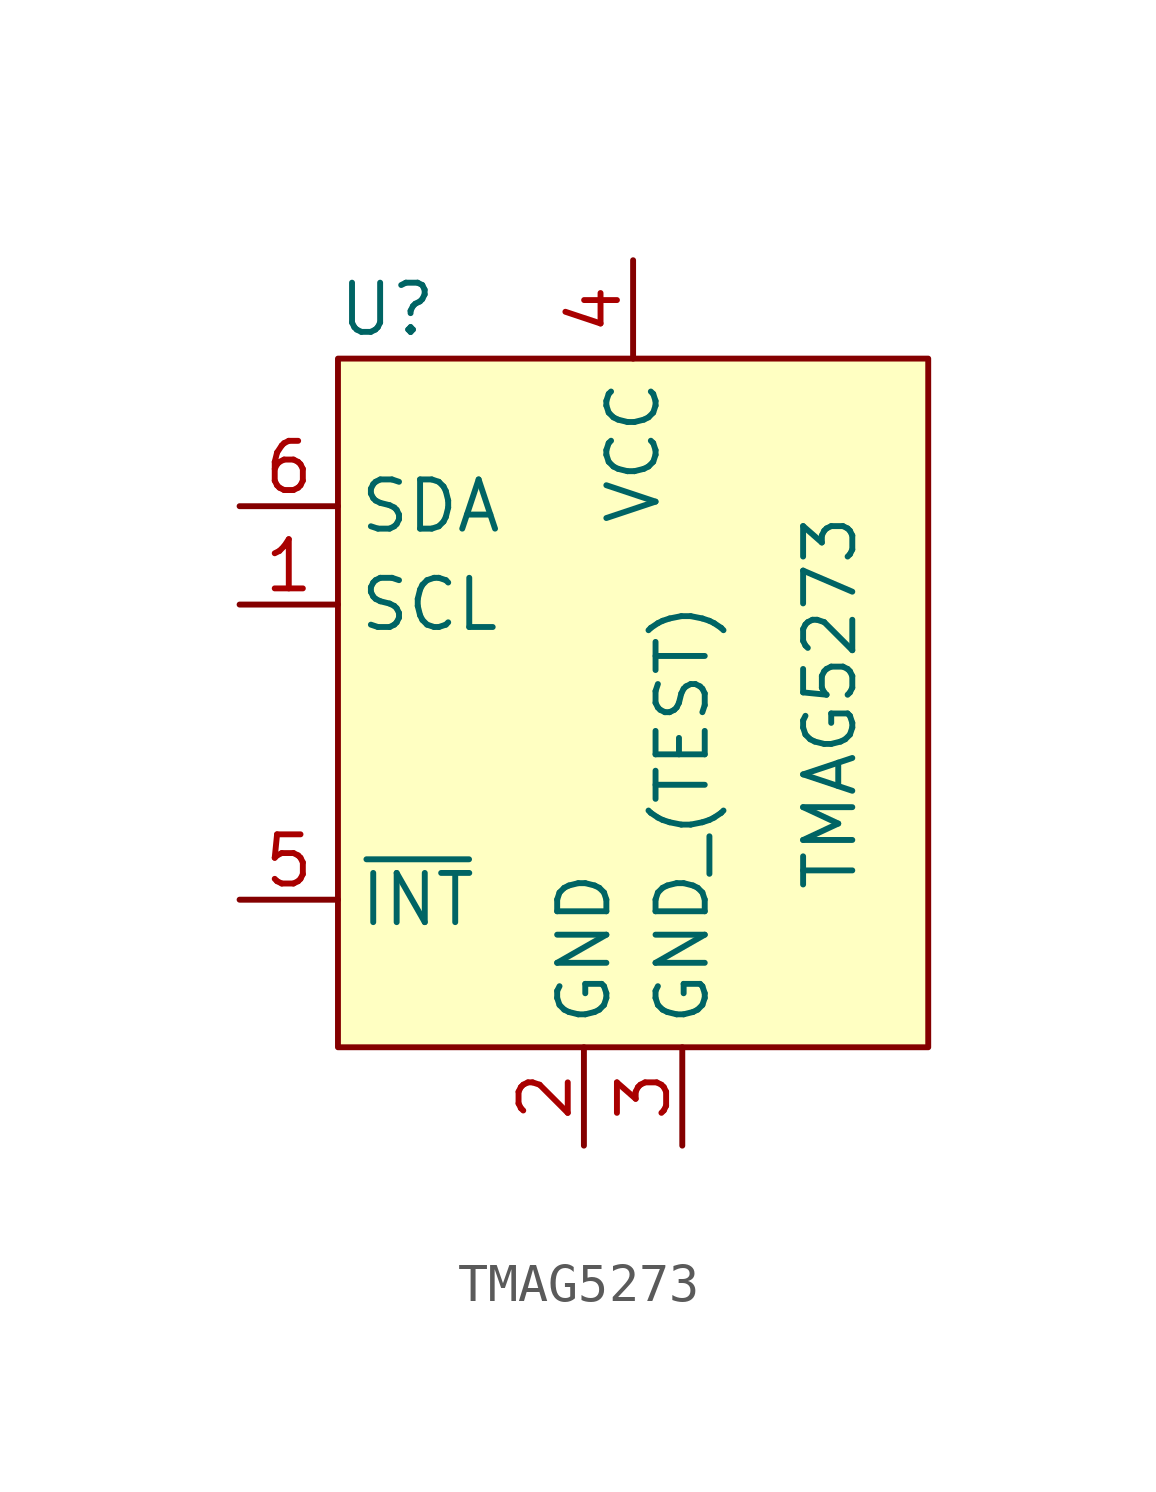
<source format=kicad_sym>
(kicad_symbol_lib
  (version 20211014)
  (generator kicad_symbol_editor)
  (symbol "TMAG5273"
    (property "Reference" "U"
      (at -6.35 10.16 0)
      (effects (font (size 1.27 1.27))))
    (property "Value" "TMAG5273"
      (at 5.08 0 90)
      (effects (font (size 1.27 1.27))))
    (symbol "TMAG5273_0_1"
      (rectangle (start -7.62 8.89) (end 7.62 -8.89) (stroke (width 0.152) (type default) (color 0 0 0 0)) (fill (type background))))
    (symbol "TMAG5273_1_1"
      (pin open_collector line (at -10.16 2.54 0) (length 2.54) (name "SCL" (effects (font (size 1.27 1.27)))) (number "1" (effects (font (size 1.27 1.27)))))
      (pin power_in line (at -1.27 -11.43 90) (length 2.54) (name "GND" (effects (font (size 1.27 1.27)))) (number "2" (effects (font (size 1.27 1.27)))))
      (pin power_in line (at 1.27 -11.43 90) (length 2.54) (name "GND_(TEST)" (effects (font (size 1.27 1.27)))) (number "3" (effects (font (size 1.27 1.27)))))
      (pin power_in line (at 0 11.43 270) (length 2.54) (name "VCC" (effects (font (size 1.27 1.27)))) (number "4" (effects (font (size 1.27 1.27)))))
      (pin open_collector line (at -10.16 -5.08 0) (length 2.54) (name "~{INT}" (effects (font (size 1.27 1.27)))) (number "5" (effects (font (size 1.27 1.27)))))
      (pin open_collector line (at -10.16 5.08 0) (length 2.54) (name "SDA" (effects (font (size 1.27 1.27)))) (number "6" (effects (font (size 1.27 1.27))))))))
</source>
